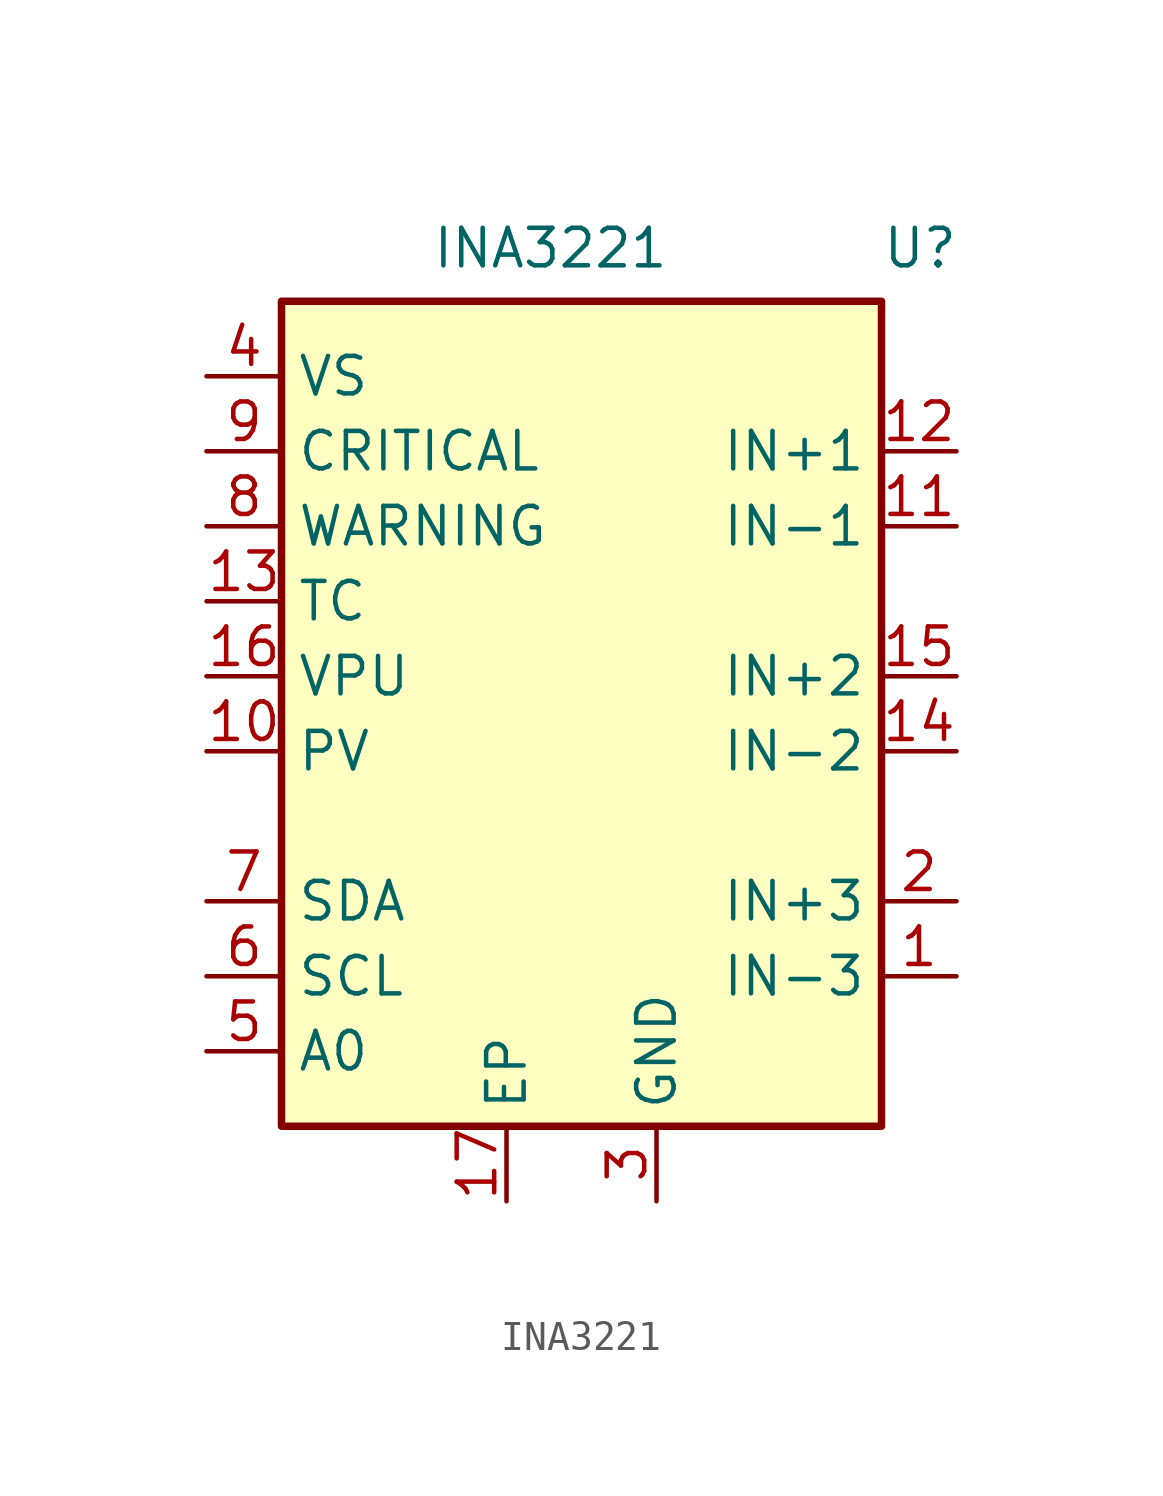
<source format=kicad_sym>
(kicad_symbol_lib
  (version 20241209)
  (generator "kicad_symbol_editor")
  (generator_version "9.0")
  (symbol "INA3221"
    (property "Reference" "U"
      (at 10.16 17.78 0)
      (effects (font (size 1.27 1.27)) (justify left top)))
    (property "Value" "INA3221"
      (at -5.08 17.78 0)
      (effects (font (size 1.27 1.27)) (justify left top)))
    (symbol "INA3221_0_1"
      (rectangle (start -10.16 -12.7) (end 10.16 15.24) (stroke (width 0.254) (type default)) (fill (type background))))
    (symbol "INA3221_1_1"
      (pin power_in line (at -12.7 12.7 0) (length 2.54) (name "VS" (effects (font (size 1.27 1.27)))) (number "4" (effects (font (size 1.27 1.27)))))
      (pin open_collector line (at -12.7 10.16 0) (length 2.54) (name "CRITICAL" (effects (font (size 1.27 1.27)))) (number "9" (effects (font (size 1.27 1.27)))))
      (pin open_collector line (at -12.7 7.62 0) (length 2.54) (name "WARNING" (effects (font (size 1.27 1.27)))) (number "8" (effects (font (size 1.27 1.27)))))
      (pin open_collector line (at -12.7 5.08 0) (length 2.54) (name "TC" (effects (font (size 1.27 1.27)))) (number "13" (effects (font (size 1.27 1.27)))))
      (pin power_in line (at -12.7 2.54 0) (length 2.54) (name "VPU" (effects (font (size 1.27 1.27)))) (number "16" (effects (font (size 1.27 1.27)))))
      (pin open_collector line (at -12.7 0 0) (length 2.54) (name "PV" (effects (font (size 1.27 1.27)))) (number "10" (effects (font (size 1.27 1.27)))))
      (pin bidirectional line (at -12.7 -5.08 0) (length 2.54) (name "SDA" (effects (font (size 1.27 1.27)))) (number "7" (effects (font (size 1.27 1.27)))))
      (pin input line (at -12.7 -7.62 0) (length 2.54) (name "SCL" (effects (font (size 1.27 1.27)))) (number "6" (effects (font (size 1.27 1.27)))))
      (pin input line (at -12.7 -10.16 0) (length 2.54) (name "A0" (effects (font (size 1.27 1.27)))) (number "5" (effects (font (size 1.27 1.27)))))
      (pin passive line (at -2.54 -15.24 90) (length 2.54) (name "EP" (effects (font (size 1.27 1.27)))) (number "17" (effects (font (size 1.27 1.27)))))
      (pin power_in line (at 2.54 -15.24 90) (length 2.54) (name "GND" (effects (font (size 1.27 1.27)))) (number "3" (effects (font (size 1.27 1.27)))))
      (pin input line (at 12.7 10.16 180) (length 2.54) (name "IN+1" (effects (font (size 1.27 1.27)))) (number "12" (effects (font (size 1.27 1.27)))))
      (pin input line (at 12.7 7.62 180) (length 2.54) (name "IN-1" (effects (font (size 1.27 1.27)))) (number "11" (effects (font (size 1.27 1.27)))))
      (pin input line (at 12.7 2.54 180) (length 2.54) (name "IN+2" (effects (font (size 1.27 1.27)))) (number "15" (effects (font (size 1.27 1.27)))))
      (pin input line (at 12.7 0 180) (length 2.54) (name "IN-2" (effects (font (size 1.27 1.27)))) (number "14" (effects (font (size 1.27 1.27)))))
      (pin input line (at 12.7 -5.08 180) (length 2.54) (name "IN+3" (effects (font (size 1.27 1.27)))) (number "2" (effects (font (size 1.27 1.27)))))
      (pin input line (at 12.7 -7.62 180) (length 2.54) (name "IN-3" (effects (font (size 1.27 1.27)))) (number "1" (effects (font (size 1.27 1.27))))))))
</source>
